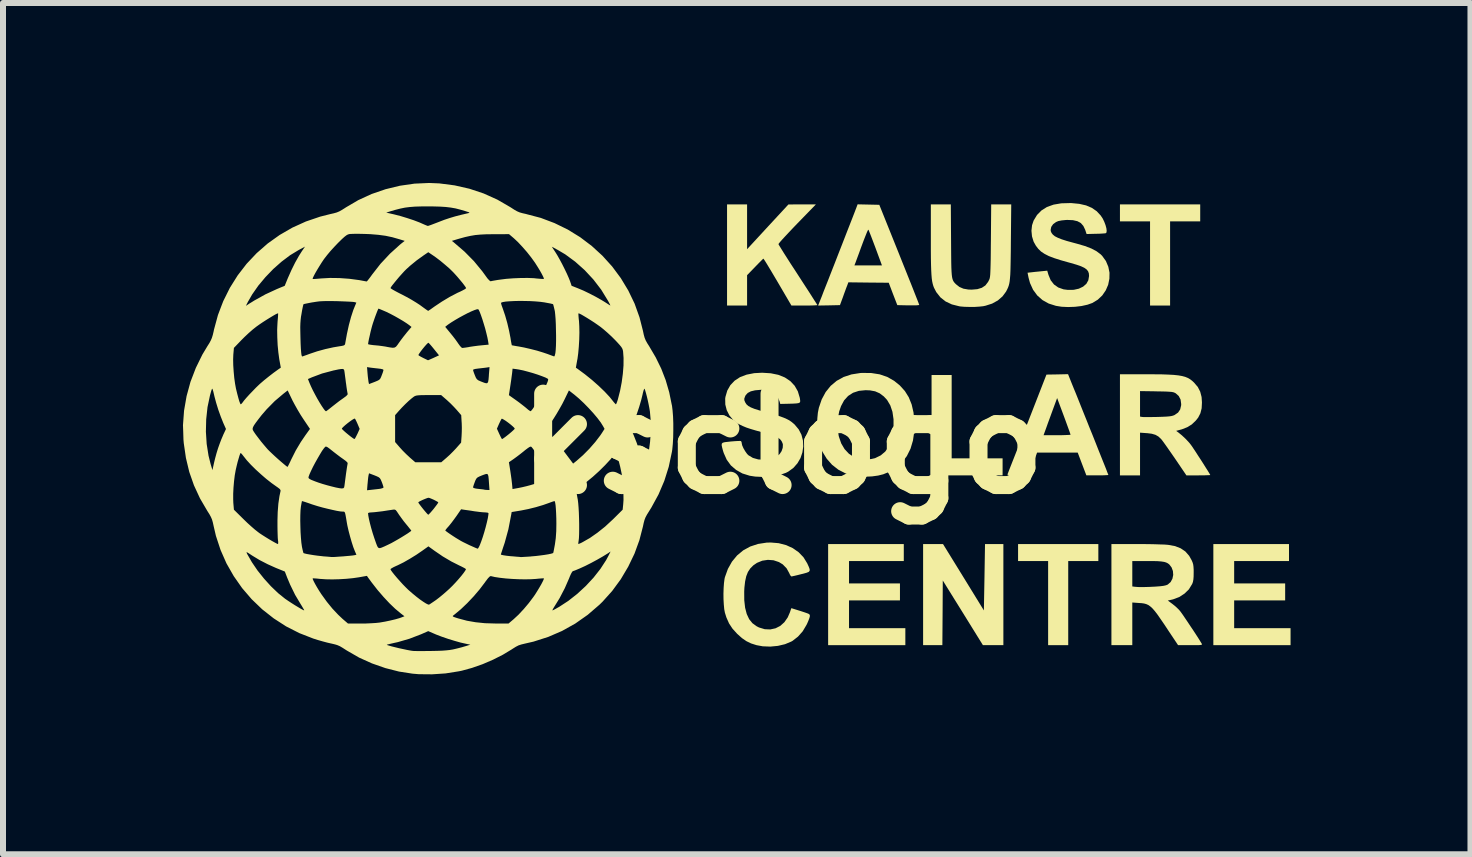
<source format=kicad_pcb>
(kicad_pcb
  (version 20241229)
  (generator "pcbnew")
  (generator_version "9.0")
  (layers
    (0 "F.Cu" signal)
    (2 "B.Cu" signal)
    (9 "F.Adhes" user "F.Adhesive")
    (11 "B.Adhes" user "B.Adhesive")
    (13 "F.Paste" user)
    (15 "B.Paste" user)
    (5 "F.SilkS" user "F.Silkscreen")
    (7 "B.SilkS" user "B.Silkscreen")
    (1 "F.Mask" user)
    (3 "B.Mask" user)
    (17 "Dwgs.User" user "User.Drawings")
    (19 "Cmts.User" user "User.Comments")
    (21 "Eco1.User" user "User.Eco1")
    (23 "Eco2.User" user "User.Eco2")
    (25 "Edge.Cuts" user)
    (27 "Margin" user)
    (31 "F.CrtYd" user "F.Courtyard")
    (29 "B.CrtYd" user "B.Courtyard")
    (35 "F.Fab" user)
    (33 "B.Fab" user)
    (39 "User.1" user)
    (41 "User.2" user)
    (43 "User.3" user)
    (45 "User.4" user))
  (footprint "ksclogo"
    (layer "F.Cu")
    (at 9.995 4.346)
    (property "Reference" "ksclogo" (at 0 0 0) (layer "F.SilkS") (effects (font (size 1.524 1.524) (thickness 0.3))))
    (attr through_hole)
    (fp_poly (pts (xy 2.818 0.244) (xy 3.667 0.244) (xy 3.667 0.528) (xy 2.483 0.528) (xy 2.483 -1.145) (xy 2.818 -1.145)) (stroke (width 0) (type solid)) (fill yes) (layer "F.SilkS"))
    (fp_poly (pts (xy 5.263 1.956) (xy 4.761 1.956) (xy 4.761 3.358) (xy 4.426 3.358) (xy 4.426 1.956) (xy 3.925 1.956) (xy 3.925 1.673) (xy 5.263 1.673)) (stroke (width 0) (type solid)) (fill yes) (layer "F.SilkS"))
    (fp_poly (pts (xy 6.961 -3.706) (xy 6.459 -3.706) (xy 6.459 -2.303) (xy 6.125 -2.303) (xy 6.125 -3.706) (xy 5.623 -3.706) (xy 5.623 -3.989) (xy 6.961 -3.989)) (stroke (width 0) (type solid)) (fill yes) (layer "F.SilkS"))
    (fp_poly (pts (xy 2.02 1.956) (xy 1.107 1.956) (xy 1.107 2.329) (xy 1.956 2.329) (xy 1.956 2.612) (xy 1.107 2.612) (xy 1.107 3.075) (xy 2.046 3.075) (xy 2.046 3.358) (xy 0.759 3.358) (xy 0.759 1.673) (xy 2.02 1.673)) (stroke (width 0) (type solid)) (fill yes) (layer "F.SilkS"))
    (fp_poly (pts (xy 8.441 1.956) (xy 7.527 1.956) (xy 7.527 2.329) (xy 8.377 2.329) (xy 8.377 2.612) (xy 7.527 2.612) (xy 7.527 3.075) (xy 8.467 3.075) (xy 8.467 3.358) (xy 7.18 3.358) (xy 7.18 1.673) (xy 8.441 1.673)) (stroke (width 0) (type solid)) (fill yes) (layer "F.SilkS"))
    (fp_poly (pts (xy 3.015 2.226) (xy 3.355 2.779) (xy 3.365 2.226) (xy 3.374 1.673) (xy 3.68 1.673) (xy 3.68 3.358) (xy 3.51 3.358) (xy 3.339 3.358) (xy 3.005 2.819) (xy 2.67 2.28) (xy 2.667 2.819) (xy 2.663 3.358) (xy 2.342 3.358) (xy 2.342 1.673) (xy 2.674 1.673)) (stroke (width 0) (type solid)) (fill yes) (layer "F.SilkS"))
    (fp_poly (pts (xy -0.592 -3.242) (xy -0.248 -3.615) (xy 0.097 -3.988) (xy 0.326 -3.989) (xy 0.555 -3.989) (xy 0.242 -3.667) (xy 0.169 -3.591) (xy 0.102 -3.52) (xy 0.044 -3.458) (xy -0.005 -3.405) (xy -0.041 -3.364) (xy -0.063 -3.337) (xy -0.069 -3.327) (xy -0.062 -3.313) (xy -0.042 -3.28) (xy -0.011 -3.23) (xy 0.03 -3.164) (xy 0.08 -3.086) (xy 0.136 -2.998) (xy 0.199 -2.902) (xy 0.256 -2.814) (xy 0.322 -2.712) (xy 0.383 -2.618) (xy 0.439 -2.532) (xy 0.487 -2.457) (xy 0.526 -2.395) (xy 0.556 -2.349) (xy 0.574 -2.32) (xy 0.579 -2.31) (xy 0.567 -2.308) (xy 0.533 -2.306) (xy 0.482 -2.304) (xy 0.418 -2.303) (xy 0.363 -2.303) (xy 0.147 -2.303) (xy -0.083 -2.696) (xy -0.137 -2.787) (xy -0.186 -2.87) (xy -0.23 -2.943) (xy -0.267 -3.004) (xy -0.295 -3.049) (xy -0.314 -3.077) (xy -0.321 -3.085) (xy -0.332 -3.075) (xy -0.357 -3.05) (xy -0.394 -3.013) (xy -0.439 -2.967) (xy -0.46 -2.945) (xy -0.592 -2.809) (xy -0.592 -2.303) (xy -0.926 -2.303) (xy -0.926 -3.989) (xy -0.592 -3.989)) (stroke (width 0) (type solid)) (fill yes) (layer "F.SilkS"))
    (fp_poly (pts (xy 4.824 -0.994) (xy 4.854 -0.92) (xy 4.89 -0.833) (xy 4.93 -0.733) (xy 4.973 -0.625) (xy 5.019 -0.51) (xy 5.067 -0.391) (xy 5.115 -0.27) (xy 5.164 -0.15) (xy 5.211 -0.032) (xy 5.255 0.08) (xy 5.297 0.185) (xy 5.335 0.28) (xy 5.368 0.362) (xy 5.395 0.43) (xy 5.414 0.481) (xy 5.427 0.512) (xy 5.43 0.521) (xy 5.418 0.523) (xy 5.385 0.525) (xy 5.335 0.527) (xy 5.273 0.527) (xy 5.247 0.527) (xy 5.063 0.527) (xy 4.991 0.338) (xy 4.919 0.148) (xy 4.242 0.148) (xy 4.193 0.283) (xy 4.17 0.344) (xy 4.149 0.403) (xy 4.131 0.45) (xy 4.123 0.473) (xy 4.103 0.528) (xy 3.922 0.528) (xy 3.848 0.527) (xy 3.796 0.525) (xy 3.765 0.522) (xy 3.75 0.517) (xy 3.748 0.511) (xy 3.754 0.497) (xy 3.768 0.461) (xy 3.79 0.404) (xy 3.819 0.33) (xy 3.855 0.239) (xy 3.896 0.135) (xy 3.941 0.018) (xy 3.991 -0.108) (xy 4.004 -0.142) (xy 4.35 -0.142) (xy 4.575 -0.142) (xy 4.648 -0.142) (xy 4.711 -0.144) (xy 4.76 -0.146) (xy 4.791 -0.148) (xy 4.8 -0.151) (xy 4.795 -0.165) (xy 4.783 -0.2) (xy 4.764 -0.253) (xy 4.74 -0.319) (xy 4.712 -0.396) (xy 4.688 -0.461) (xy 4.576 -0.761) (xy 4.513 -0.59) (xy 4.484 -0.511) (xy 4.453 -0.426) (xy 4.423 -0.345) (xy 4.4 -0.28) (xy 4.35 -0.142) (xy 4.004 -0.142) (xy 4.043 -0.243) (xy 4.077 -0.328) (xy 4.398 -1.152) (xy 4.578 -1.155) (xy 4.758 -1.159)) (stroke (width 0) (type solid)) (fill yes) (layer "F.SilkS"))
    (fp_poly (pts (xy 1.431 -3.986) (xy 1.612 -3.982) (xy 1.945 -3.153) (xy 2 -3.015) (xy 2.053 -2.883) (xy 2.102 -2.76) (xy 2.147 -2.648) (xy 2.186 -2.549) (xy 2.219 -2.465) (xy 2.246 -2.397) (xy 2.265 -2.348) (xy 2.275 -2.32) (xy 2.278 -2.313) (xy 2.265 -2.31) (xy 2.232 -2.307) (xy 2.182 -2.306) (xy 2.12 -2.306) (xy 2.095 -2.306) (xy 1.912 -2.31) (xy 1.84 -2.496) (xy 1.769 -2.683) (xy 1.432 -2.686) (xy 1.096 -2.69) (xy 1.076 -2.635) (xy 1.062 -2.6) (xy 1.043 -2.548) (xy 1.021 -2.488) (xy 1.006 -2.445) (xy 0.956 -2.31) (xy 0.774 -2.306) (xy 0.592 -2.303) (xy 0.619 -2.37) (xy 0.632 -2.404) (xy 0.654 -2.458) (xy 0.681 -2.53) (xy 0.715 -2.616) (xy 0.754 -2.714) (xy 0.796 -2.822) (xy 0.841 -2.937) (xy 0.855 -2.972) (xy 1.197 -2.972) (xy 1.656 -2.972) (xy 1.548 -3.265) (xy 1.517 -3.347) (xy 1.489 -3.421) (xy 1.465 -3.483) (xy 1.446 -3.531) (xy 1.434 -3.56) (xy 1.43 -3.568) (xy 1.422 -3.559) (xy 1.408 -3.53) (xy 1.389 -3.483) (xy 1.365 -3.423) (xy 1.338 -3.352) (xy 1.332 -3.336) (xy 1.303 -3.258) (xy 1.276 -3.183) (xy 1.252 -3.118) (xy 1.233 -3.067) (xy 1.221 -3.034) (xy 1.221 -3.033) (xy 1.197 -2.972) (xy 0.855 -2.972) (xy 0.888 -3.057) (xy 0.935 -3.178) (xy 0.982 -3.298) (xy 1.028 -3.416) (xy 1.071 -3.527) (xy 1.111 -3.629) (xy 1.147 -3.721) (xy 1.177 -3.798) (xy 1.201 -3.86) (xy 1.217 -3.902) (xy 1.225 -3.922) (xy 1.25 -3.99)) (stroke (width 0) (type solid)) (fill yes) (layer "F.SilkS"))
    (fp_poly (pts (xy 2.808 -3.387) (xy 2.809 -3.241) (xy 2.81 -3.119) (xy 2.811 -3.018) (xy 2.813 -2.935) (xy 2.816 -2.869) (xy 2.82 -2.816) (xy 2.825 -2.776) (xy 2.832 -2.745) (xy 2.841 -2.721) (xy 2.852 -2.701) (xy 2.865 -2.684) (xy 2.881 -2.667) (xy 2.89 -2.658) (xy 2.947 -2.613) (xy 3.014 -2.584) (xy 3.095 -2.57) (xy 3.152 -2.568) (xy 3.246 -2.576) (xy 3.321 -2.599) (xy 3.38 -2.638) (xy 3.425 -2.697) (xy 3.444 -2.734) (xy 3.45 -2.749) (xy 3.454 -2.766) (xy 3.458 -2.79) (xy 3.461 -2.821) (xy 3.463 -2.863) (xy 3.465 -2.918) (xy 3.467 -2.988) (xy 3.469 -3.076) (xy 3.47 -3.183) (xy 3.471 -3.313) (xy 3.472 -3.387) (xy 3.477 -3.989) (xy 3.811 -3.989) (xy 3.805 -3.368) (xy 3.804 -3.216) (xy 3.802 -3.087) (xy 3.8 -2.979) (xy 3.798 -2.89) (xy 3.795 -2.817) (xy 3.79 -2.757) (xy 3.785 -2.708) (xy 3.778 -2.668) (xy 3.769 -2.634) (xy 3.758 -2.604) (xy 3.745 -2.575) (xy 3.73 -2.546) (xy 3.725 -2.536) (xy 3.666 -2.456) (xy 3.588 -2.388) (xy 3.492 -2.335) (xy 3.382 -2.3) (xy 3.344 -2.292) (xy 3.28 -2.285) (xy 3.2 -2.28) (xy 3.114 -2.28) (xy 3.031 -2.282) (xy 2.961 -2.288) (xy 2.944 -2.291) (xy 2.821 -2.322) (xy 2.717 -2.371) (xy 2.631 -2.439) (xy 2.562 -2.526) (xy 2.524 -2.599) (xy 2.512 -2.63) (xy 2.502 -2.665) (xy 2.493 -2.707) (xy 2.486 -2.757) (xy 2.481 -2.819) (xy 2.477 -2.894) (xy 2.474 -2.985) (xy 2.472 -3.094) (xy 2.471 -3.224) (xy 2.471 -3.376) (xy 2.471 -3.424) (xy 2.471 -3.989) (xy 2.804 -3.989)) (stroke (width 0) (type solid)) (fill yes) (layer "F.SilkS"))
    (fp_poly (pts (xy 1.479 -1.178) (xy 1.619 -1.156) (xy 1.745 -1.113) (xy 1.859 -1.048) (xy 1.954 -0.971) (xy 2.038 -0.878) (xy 2.103 -0.774) (xy 2.151 -0.655) (xy 2.182 -0.521) (xy 2.196 -0.373) (xy 2.195 -0.206) (xy 2.173 -0.053) (xy 2.132 0.084) (xy 2.071 0.206) (xy 1.992 0.311) (xy 1.894 0.398) (xy 1.777 0.469) (xy 1.677 0.51) (xy 1.592 0.531) (xy 1.491 0.545) (xy 1.383 0.55) (xy 1.277 0.547) (xy 1.182 0.535) (xy 1.177 0.534) (xy 1.047 0.494) (xy 0.929 0.433) (xy 0.824 0.351) (xy 0.736 0.251) (xy 0.664 0.134) (xy 0.611 0.002) (xy 0.598 -0.045) (xy 0.584 -0.122) (xy 0.577 -0.216) (xy 0.575 -0.302) (xy 0.922 -0.302) (xy 0.925 -0.216) (xy 0.933 -0.142) (xy 0.939 -0.116) (xy 0.977 -0.005) (xy 1.033 0.09) (xy 1.105 0.167) (xy 1.192 0.224) (xy 1.283 0.257) (xy 1.339 0.264) (xy 1.408 0.263) (xy 1.479 0.255) (xy 1.541 0.241) (xy 1.543 0.24) (xy 1.635 0.195) (xy 1.711 0.131) (xy 1.771 0.047) (xy 1.814 -0.057) (xy 1.841 -0.18) (xy 1.849 -0.264) (xy 1.849 -0.407) (xy 1.831 -0.532) (xy 1.795 -0.639) (xy 1.741 -0.73) (xy 1.687 -0.788) (xy 1.618 -0.84) (xy 1.543 -0.873) (xy 1.457 -0.889) (xy 1.383 -0.892) (xy 1.271 -0.881) (xy 1.174 -0.849) (xy 1.092 -0.796) (xy 1.025 -0.722) (xy 0.974 -0.627) (xy 0.943 -0.537) (xy 0.931 -0.472) (xy 0.924 -0.39) (xy 0.922 -0.302) (xy 0.575 -0.302) (xy 0.575 -0.318) (xy 0.579 -0.422) (xy 0.588 -0.517) (xy 0.604 -0.597) (xy 0.604 -0.598) (xy 0.652 -0.739) (xy 0.718 -0.861) (xy 0.801 -0.964) (xy 0.901 -1.048) (xy 1.017 -1.112) (xy 1.148 -1.155) (xy 1.294 -1.178) (xy 1.325 -1.18)) (stroke (width 0) (type solid)) (fill yes) (layer "F.SilkS"))
    (fp_poly (pts (xy 5.896 1.673) (xy 6.004 1.673) (xy 6.108 1.674) (xy 6.206 1.676) (xy 6.292 1.679) (xy 6.363 1.681) (xy 6.414 1.685) (xy 6.427 1.686) (xy 6.542 1.707) (xy 6.636 1.744) (xy 6.714 1.797) (xy 6.777 1.869) (xy 6.818 1.942) (xy 6.834 1.979) (xy 6.844 2.013) (xy 6.849 2.051) (xy 6.852 2.103) (xy 6.852 2.149) (xy 6.851 2.216) (xy 6.847 2.265) (xy 6.84 2.303) (xy 6.828 2.336) (xy 6.824 2.343) (xy 6.772 2.428) (xy 6.699 2.499) (xy 6.611 2.556) (xy 6.51 2.594) (xy 6.485 2.6) (xy 6.421 2.614) (xy 6.496 2.67) (xy 6.544 2.708) (xy 6.591 2.752) (xy 6.622 2.785) (xy 6.64 2.809) (xy 6.67 2.851) (xy 6.708 2.907) (xy 6.752 2.972) (xy 6.799 3.043) (xy 6.847 3.114) (xy 6.892 3.183) (xy 6.932 3.245) (xy 6.964 3.297) (xy 6.986 3.333) (xy 6.988 3.336) (xy 6.991 3.344) (xy 6.987 3.35) (xy 6.973 3.354) (xy 6.945 3.357) (xy 6.9 3.358) (xy 6.833 3.358) (xy 6.796 3.358) (xy 6.592 3.358) (xy 6.44 3.13) (xy 6.366 3.018) (xy 6.303 2.926) (xy 6.251 2.851) (xy 6.206 2.792) (xy 6.167 2.747) (xy 6.131 2.714) (xy 6.098 2.69) (xy 6.063 2.674) (xy 6.027 2.664) (xy 5.986 2.658) (xy 5.939 2.655) (xy 5.829 2.647) (xy 5.829 3.358) (xy 5.481 3.358) (xy 5.481 1.956) (xy 5.829 1.956) (xy 5.829 2.379) (xy 5.864 2.384) (xy 5.924 2.389) (xy 6.008 2.39) (xy 6.114 2.387) (xy 6.217 2.382) (xy 6.294 2.376) (xy 6.35 2.369) (xy 6.39 2.36) (xy 6.418 2.349) (xy 6.421 2.347) (xy 6.468 2.306) (xy 6.498 2.25) (xy 6.511 2.187) (xy 6.506 2.122) (xy 6.483 2.061) (xy 6.445 2.012) (xy 6.421 1.994) (xy 6.393 1.98) (xy 6.359 1.97) (xy 6.313 1.963) (xy 6.252 1.958) (xy 6.173 1.956) (xy 6.078 1.956) (xy 5.829 1.956) (xy 5.481 1.956) (xy 5.481 1.673)) (stroke (width 0) (type solid)) (fill yes) (layer "F.SilkS"))
    (fp_poly (pts (xy 6.032 -1.158) (xy 6.186 -1.157) (xy 6.317 -1.156) (xy 6.427 -1.152) (xy 6.52 -1.147) (xy 6.596 -1.139) (xy 6.659 -1.128) (xy 6.711 -1.114) (xy 6.755 -1.096) (xy 6.793 -1.074) (xy 6.828 -1.047) (xy 6.859 -1.018) (xy 6.921 -0.945) (xy 6.961 -0.867) (xy 6.984 -0.778) (xy 6.99 -0.688) (xy 6.985 -0.59) (xy 6.964 -0.507) (xy 6.927 -0.435) (xy 6.888 -0.386) (xy 6.82 -0.321) (xy 6.745 -0.275) (xy 6.656 -0.24) (xy 6.641 -0.236) (xy 6.56 -0.214) (xy 6.596 -0.188) (xy 6.657 -0.138) (xy 6.722 -0.077) (xy 6.78 -0.014) (xy 6.806 0.019) (xy 6.826 0.047) (xy 6.854 0.089) (xy 6.89 0.143) (xy 6.929 0.204) (xy 6.971 0.268) (xy 7.012 0.332) (xy 7.05 0.393) (xy 7.084 0.446) (xy 7.109 0.487) (xy 7.125 0.514) (xy 7.128 0.522) (xy 7.116 0.524) (xy 7.083 0.525) (xy 7.032 0.527) (xy 6.969 0.527) (xy 6.93 0.528) (xy 6.731 0.528) (xy 6.541 0.248) (xy 6.487 0.17) (xy 6.436 0.097) (xy 6.39 0.031) (xy 6.352 -0.022) (xy 6.323 -0.061) (xy 6.308 -0.079) (xy 6.264 -0.12) (xy 6.215 -0.148) (xy 6.154 -0.166) (xy 6.075 -0.176) (xy 6.067 -0.176) (xy 5.958 -0.184) (xy 5.958 0.528) (xy 5.623 0.528) (xy 5.623 -0.452) (xy 5.958 -0.452) (xy 5.993 -0.446) (xy 6.017 -0.444) (xy 6.062 -0.444) (xy 6.123 -0.444) (xy 6.194 -0.445) (xy 6.253 -0.446) (xy 6.338 -0.449) (xy 6.401 -0.452) (xy 6.447 -0.456) (xy 6.481 -0.461) (xy 6.508 -0.468) (xy 6.533 -0.478) (xy 6.536 -0.48) (xy 6.592 -0.519) (xy 6.627 -0.571) (xy 6.643 -0.639) (xy 6.644 -0.661) (xy 6.634 -0.735) (xy 6.603 -0.795) (xy 6.552 -0.841) (xy 6.549 -0.842) (xy 6.532 -0.851) (xy 6.512 -0.858) (xy 6.486 -0.863) (xy 6.45 -0.866) (xy 6.4 -0.869) (xy 6.332 -0.871) (xy 6.243 -0.872) (xy 6.231 -0.873) (xy 5.958 -0.877) (xy 5.958 -0.452) (xy 5.623 -0.452) (xy 5.623 -1.158)) (stroke (width 0) (type solid)) (fill yes) (layer "F.SilkS"))
    (fp_poly (pts (xy -0.066 1.658) (xy 0.058 1.69) (xy 0.17 1.741) (xy 0.267 1.809) (xy 0.348 1.893) (xy 0.409 1.992) (xy 0.412 1.998) (xy 0.437 2.053) (xy 0.451 2.091) (xy 0.451 2.118) (xy 0.435 2.137) (xy 0.4 2.151) (xy 0.343 2.167) (xy 0.309 2.175) (xy 0.25 2.19) (xy 0.199 2.202) (xy 0.163 2.21) (xy 0.147 2.213) (xy 0.134 2.202) (xy 0.118 2.175) (xy 0.111 2.158) (xy 0.067 2.078) (xy 0.003 2.012) (xy -0.061 1.973) (xy -0.151 1.943) (xy -0.245 1.936) (xy -0.339 1.95) (xy -0.427 1.986) (xy -0.487 2.027) (xy -0.538 2.078) (xy -0.578 2.138) (xy -0.606 2.209) (xy -0.625 2.296) (xy -0.637 2.402) (xy -0.64 2.464) (xy -0.639 2.61) (xy -0.625 2.734) (xy -0.598 2.838) (xy -0.558 2.924) (xy -0.503 2.992) (xy -0.433 3.043) (xy -0.394 3.063) (xy -0.298 3.092) (xy -0.206 3.096) (xy -0.118 3.077) (xy -0.039 3.037) (xy 0.03 2.975) (xy 0.086 2.894) (xy 0.123 2.808) (xy 0.135 2.771) (xy 0.144 2.747) (xy 0.146 2.741) (xy 0.158 2.745) (xy 0.19 2.755) (xy 0.238 2.77) (xy 0.295 2.788) (xy 0.302 2.79) (xy 0.366 2.811) (xy 0.409 2.826) (xy 0.436 2.837) (xy 0.449 2.848) (xy 0.454 2.86) (xy 0.454 2.875) (xy 0.454 2.877) (xy 0.447 2.905) (xy 0.431 2.948) (xy 0.409 2.999) (xy 0.398 3.021) (xy 0.335 3.127) (xy 0.257 3.215) (xy 0.169 3.284) (xy 0.145 3.298) (xy 0.04 3.342) (xy -0.079 3.37) (xy -0.205 3.382) (xy -0.331 3.377) (xy -0.435 3.358) (xy -0.526 3.329) (xy -0.604 3.291) (xy -0.678 3.24) (xy -0.755 3.171) (xy -0.76 3.166) (xy -0.836 3.082) (xy -0.893 2.995) (xy -0.937 2.896) (xy -0.962 2.816) (xy -0.973 2.758) (xy -0.98 2.681) (xy -0.985 2.593) (xy -0.986 2.499) (xy -0.983 2.406) (xy -0.977 2.322) (xy -0.968 2.253) (xy -0.962 2.226) (xy -0.912 2.087) (xy -0.844 1.966) (xy -0.759 1.863) (xy -0.657 1.778) (xy -0.54 1.714) (xy -0.41 1.671) (xy -0.267 1.649) (xy -0.198 1.647)) (stroke (width 0) (type solid)) (fill yes) (layer "F.SilkS"))
    (fp_poly (pts (xy 4.812 -4.011) (xy 4.946 -3.998) (xy 5.059 -3.972) (xy 5.155 -3.931) (xy 5.236 -3.875) (xy 5.304 -3.802) (xy 5.304 -3.801) (xy 5.336 -3.753) (xy 5.362 -3.699) (xy 5.383 -3.643) (xy 5.397 -3.591) (xy 5.402 -3.548) (xy 5.397 -3.518) (xy 5.388 -3.509) (xy 5.368 -3.506) (xy 5.328 -3.503) (xy 5.275 -3.5) (xy 5.218 -3.499) (xy 5.067 -3.495) (xy 5.044 -3.565) (xy 5.013 -3.63) (xy 4.971 -3.678) (xy 4.914 -3.709) (xy 4.84 -3.726) (xy 4.746 -3.73) (xy 4.722 -3.729) (xy 4.651 -3.722) (xy 4.596 -3.711) (xy 4.558 -3.695) (xy 4.509 -3.659) (xy 4.478 -3.614) (xy 4.468 -3.565) (xy 4.47 -3.544) (xy 4.483 -3.513) (xy 4.505 -3.485) (xy 4.538 -3.458) (xy 4.587 -3.433) (xy 4.652 -3.407) (xy 4.736 -3.38) (xy 4.842 -3.351) (xy 4.909 -3.333) (xy 5.039 -3.295) (xy 5.146 -3.254) (xy 5.233 -3.208) (xy 5.301 -3.157) (xy 5.327 -3.131) (xy 5.389 -3.045) (xy 5.429 -2.95) (xy 5.449 -2.851) (xy 5.447 -2.75) (xy 5.427 -2.65) (xy 5.387 -2.557) (xy 5.329 -2.472) (xy 5.254 -2.401) (xy 5.164 -2.346) (xy 5.082 -2.317) (xy 4.983 -2.295) (xy 4.873 -2.282) (xy 4.759 -2.278) (xy 4.65 -2.283) (xy 4.556 -2.298) (xy 4.436 -2.336) (xy 4.332 -2.394) (xy 4.245 -2.471) (xy 4.175 -2.566) (xy 4.124 -2.678) (xy 4.1 -2.766) (xy 4.083 -2.85) (xy 4.155 -2.858) (xy 4.207 -2.864) (xy 4.27 -2.87) (xy 4.319 -2.875) (xy 4.411 -2.884) (xy 4.432 -2.813) (xy 4.469 -2.724) (xy 4.524 -2.654) (xy 4.595 -2.604) (xy 4.683 -2.573) (xy 4.753 -2.564) (xy 4.852 -2.565) (xy 4.938 -2.584) (xy 5.009 -2.618) (xy 5.063 -2.665) (xy 5.096 -2.724) (xy 5.108 -2.795) (xy 5.108 -2.796) (xy 5.105 -2.838) (xy 5.092 -2.874) (xy 5.068 -2.904) (xy 5.029 -2.932) (xy 4.974 -2.958) (xy 4.899 -2.984) (xy 4.803 -3.012) (xy 4.766 -3.022) (xy 4.635 -3.059) (xy 4.526 -3.094) (xy 4.437 -3.128) (xy 4.365 -3.165) (xy 4.307 -3.204) (xy 4.261 -3.249) (xy 4.222 -3.3) (xy 4.189 -3.359) (xy 4.183 -3.371) (xy 4.157 -3.456) (xy 4.148 -3.55) (xy 4.158 -3.642) (xy 4.184 -3.719) (xy 4.241 -3.813) (xy 4.315 -3.888) (xy 4.407 -3.946) (xy 4.517 -3.985) (xy 4.645 -4.007) (xy 4.791 -4.011)) (stroke (width 0) (type solid)) (fill yes) (layer "F.SilkS"))
    (fp_poly (pts (xy -0.198 -1.174) (xy -0.071 -1.148) (xy 0.038 -1.104) (xy 0.129 -1.043) (xy 0.201 -0.966) (xy 0.254 -0.873) (xy 0.286 -0.766) (xy 0.29 -0.743) (xy 0.293 -0.716) (xy 0.292 -0.697) (xy 0.283 -0.684) (xy 0.262 -0.676) (xy 0.225 -0.671) (xy 0.17 -0.668) (xy 0.099 -0.666) (xy -0.039 -0.663) (xy -0.052 -0.709) (xy -0.084 -0.783) (xy -0.135 -0.842) (xy -0.18 -0.873) (xy -0.21 -0.887) (xy -0.239 -0.895) (xy -0.274 -0.899) (xy -0.323 -0.899) (xy -0.367 -0.898) (xy -0.459 -0.89) (xy -0.53 -0.873) (xy -0.581 -0.846) (xy -0.616 -0.808) (xy -0.628 -0.782) (xy -0.639 -0.749) (xy -0.637 -0.722) (xy -0.623 -0.689) (xy -0.622 -0.687) (xy -0.602 -0.656) (xy -0.572 -0.629) (xy -0.529 -0.605) (xy -0.47 -0.581) (xy -0.39 -0.556) (xy -0.335 -0.54) (xy -0.217 -0.508) (xy -0.12 -0.48) (xy -0.042 -0.456) (xy 0.02 -0.433) (xy 0.07 -0.411) (xy 0.112 -0.389) (xy 0.148 -0.364) (xy 0.182 -0.336) (xy 0.201 -0.319) (xy 0.268 -0.239) (xy 0.314 -0.15) (xy 0.339 -0.053) (xy 0.344 0.046) (xy 0.33 0.145) (xy 0.298 0.24) (xy 0.247 0.327) (xy 0.18 0.403) (xy 0.095 0.465) (xy 0.056 0.485) (xy -0.026 0.514) (xy -0.126 0.535) (xy -0.235 0.548) (xy -0.348 0.553) (xy -0.457 0.548) (xy -0.548 0.534) (xy -0.67 0.496) (xy -0.774 0.438) (xy -0.862 0.362) (xy -0.931 0.268) (xy -0.981 0.156) (xy -0.993 0.119) (xy -1.008 0.063) (xy -1.016 0.024) (xy -1.013 -0.002) (xy -0.996 -0.017) (xy -0.961 -0.026) (xy -0.906 -0.032) (xy -0.861 -0.037) (xy -0.8 -0.042) (xy -0.748 -0.045) (xy -0.711 -0.046) (xy -0.694 -0.044) (xy -0.694 -0.044) (xy -0.684 -0.027) (xy -0.682 -0.011) (xy -0.674 0.027) (xy -0.653 0.075) (xy -0.624 0.125) (xy -0.592 0.17) (xy -0.569 0.193) (xy -0.495 0.237) (xy -0.406 0.262) (xy -0.301 0.268) (xy -0.283 0.267) (xy -0.192 0.253) (xy -0.119 0.226) (xy -0.06 0.182) (xy -0.049 0.172) (xy -0.017 0.124) (xy 0.002 0.069) (xy 0.005 0.015) (xy -0.001 -0.008) (xy -0.017 -0.043) (xy -0.04 -0.072) (xy -0.073 -0.098) (xy -0.118 -0.121) (xy -0.18 -0.145) (xy -0.261 -0.169) (xy -0.345 -0.192) (xy -0.45 -0.221) (xy -0.534 -0.246) (xy -0.603 -0.269) (xy -0.661 -0.293) (xy -0.713 -0.318) (xy -0.742 -0.334) (xy -0.822 -0.394) (xy -0.886 -0.47) (xy -0.931 -0.558) (xy -0.955 -0.653) (xy -0.957 -0.751) (xy -0.953 -0.78) (xy -0.922 -0.886) (xy -0.87 -0.977) (xy -0.799 -1.051) (xy -0.709 -1.11) (xy -0.6 -1.151) (xy -0.473 -1.176) (xy -0.341 -1.183)) (stroke (width 0) (type solid)) (fill yes) (layer "F.SilkS"))
    (fp_poly (pts (xy -5.722 -4.339) (xy -5.467 -4.306) (xy -5.22 -4.25) (xy -4.983 -4.171) (xy -4.756 -4.069) (xy -4.542 -3.945) (xy -4.529 -3.937) (xy -4.472 -3.9) (xy -4.426 -3.874) (xy -4.384 -3.856) (xy -4.335 -3.842) (xy -4.272 -3.828) (xy -4.271 -3.827) (xy -4.031 -3.764) (xy -3.801 -3.677) (xy -3.582 -3.57) (xy -3.374 -3.442) (xy -3.181 -3.296) (xy -3.003 -3.133) (xy -2.841 -2.954) (xy -2.697 -2.76) (xy -2.572 -2.553) (xy -2.467 -2.335) (xy -2.385 -2.106) (xy -2.328 -1.882) (xy -2.314 -1.816) (xy -2.3 -1.766) (xy -2.282 -1.722) (xy -2.256 -1.675) (xy -2.226 -1.628) (xy -2.115 -1.439) (xy -2.023 -1.251) (xy -1.949 -1.06) (xy -1.89 -0.857) (xy -1.845 -0.637) (xy -1.844 -0.636) (xy -1.834 -0.554) (xy -1.826 -0.453) (xy -1.822 -0.34) (xy -1.822 -0.222) (xy -1.824 -0.105) (xy -1.83 0.003) (xy -1.839 0.096) (xy -1.845 0.135) (xy -1.898 0.385) (xy -1.972 0.62) (xy -2.068 0.845) (xy -2.187 1.063) (xy -2.226 1.126) (xy -2.261 1.182) (xy -2.285 1.227) (xy -2.302 1.271) (xy -2.316 1.323) (xy -2.328 1.38) (xy -2.387 1.608) (xy -2.469 1.833) (xy -2.574 2.051) (xy -2.698 2.26) (xy -2.841 2.455) (xy -3.001 2.633) (xy -3.053 2.684) (xy -3.248 2.852) (xy -3.456 2.998) (xy -3.676 3.121) (xy -3.908 3.221) (xy -4.152 3.299) (xy -4.295 3.332) (xy -4.353 3.346) (xy -4.4 3.361) (xy -4.445 3.384) (xy -4.498 3.417) (xy -4.516 3.429) (xy -4.662 3.517) (xy -4.826 3.6) (xy -5 3.675) (xy -5.177 3.737) (xy -5.348 3.784) (xy -5.398 3.794) (xy -5.618 3.829) (xy -5.843 3.844) (xy -6.064 3.842) (xy -6.17 3.833) (xy -6.395 3.798) (xy -6.622 3.74) (xy -6.845 3.662) (xy -7.058 3.566) (xy -7.256 3.452) (xy -7.274 3.441) (xy -7.333 3.403) (xy -7.379 3.376) (xy -7.42 3.358) (xy -7.442 3.351) (xy -6.598 3.351) (xy -6.589 3.357) (xy -6.56 3.366) (xy -6.515 3.379) (xy -6.458 3.393) (xy -6.393 3.409) (xy -6.327 3.423) (xy -6.262 3.437) (xy -6.203 3.448) (xy -6.17 3.453) (xy -6.146 3.455) (xy -6.1 3.456) (xy -6.038 3.456) (xy -5.963 3.456) (xy -5.881 3.455) (xy -5.861 3.455) (xy -5.758 3.453) (xy -5.676 3.45) (xy -5.609 3.445) (xy -5.553 3.439) (xy -5.503 3.431) (xy -5.475 3.425) (xy -5.412 3.41) (xy -5.347 3.393) (xy -5.293 3.377) (xy -5.282 3.374) (xy -5.205 3.35) (xy -5.282 3.334) (xy -5.37 3.314) (xy -5.472 3.285) (xy -5.579 3.252) (xy -5.681 3.217) (xy -5.77 3.183) (xy -5.782 3.178) (xy -5.907 3.124) (xy -6.025 3.176) (xy -6.22 3.251) (xy -6.413 3.307) (xy -6.472 3.32) (xy -6.524 3.332) (xy -6.566 3.342) (xy -6.592 3.349) (xy -6.598 3.351) (xy -7.442 3.351) (xy -7.463 3.345) (xy -7.517 3.332) (xy -7.527 3.33) (xy -7.588 3.316) (xy -7.663 3.296) (xy -7.744 3.273) (xy -7.82 3.249) (xy -7.823 3.248) (xy -8.056 3.157) (xy -8.276 3.045) (xy -8.482 2.912) (xy -8.674 2.761) (xy -8.85 2.592) (xy -9.009 2.407) (xy -9.149 2.207) (xy -9.27 1.995) (xy -9.352 1.809) (xy -8.936 1.809) (xy -8.933 1.82) (xy -8.923 1.842) (xy -8.846 1.976) (xy -8.752 2.114) (xy -8.644 2.249) (xy -8.528 2.377) (xy -8.409 2.491) (xy -8.291 2.586) (xy -8.283 2.591) (xy -8.238 2.622) (xy -8.186 2.656) (xy -8.131 2.691) (xy -8.078 2.723) (xy -8.031 2.751) (xy -7.996 2.77) (xy -7.976 2.779) (xy -7.975 2.779) (xy -7.977 2.769) (xy -7.992 2.743) (xy -8.015 2.704) (xy -8.034 2.673) (xy -8.126 2.519) (xy -8.208 2.351) (xy -8.253 2.244) (xy -7.833 2.244) (xy -7.831 2.259) (xy -7.817 2.291) (xy -7.794 2.335) (xy -7.764 2.388) (xy -7.729 2.446) (xy -7.692 2.503) (xy -7.683 2.516) (xy -7.597 2.635) (xy -7.504 2.749) (xy -7.408 2.851) (xy -7.335 2.92) (xy -7.244 2.998) (xy -7.035 2.998) (xy -6.948 2.997) (xy -6.86 2.993) (xy -6.779 2.988) (xy -6.714 2.981) (xy -6.704 2.979) (xy -6.623 2.965) (xy -6.538 2.947) (xy -6.458 2.928) (xy -6.388 2.908) (xy -6.341 2.891) (xy -6.303 2.876) (xy -6.31 2.871) (xy -5.498 2.871) (xy -5.496 2.879) (xy -5.48 2.888) (xy -5.445 2.9) (xy -5.404 2.913) (xy -5.261 2.951) (xy -5.117 2.976) (xy -4.962 2.992) (xy -4.791 2.997) (xy -4.791 2.997) (xy -4.569 2.998) (xy -4.484 2.926) (xy -4.402 2.85) (xy -4.336 2.779) (xy -3.837 2.779) (xy -3.822 2.773) (xy -3.791 2.757) (xy -3.749 2.733) (xy -3.725 2.72) (xy -3.572 2.62) (xy -3.423 2.503) (xy -3.281 2.372) (xy -3.151 2.232) (xy -3.037 2.087) (xy -2.942 1.941) (xy -2.906 1.874) (xy -2.867 1.797) (xy -2.91 1.826) (xy -2.996 1.879) (xy -3.092 1.934) (xy -3.192 1.988) (xy -3.291 2.038) (xy -3.383 2.08) (xy -3.462 2.113) (xy -3.498 2.125) (xy -3.51 2.139) (xy -3.528 2.171) (xy -3.548 2.216) (xy -3.557 2.24) (xy -3.631 2.409) (xy -3.717 2.574) (xy -3.778 2.673) (xy -3.806 2.718) (xy -3.827 2.753) (xy -3.837 2.775) (xy -3.837 2.779) (xy -4.336 2.779) (xy -4.316 2.758) (xy -4.231 2.657) (xy -4.155 2.556) (xy -4.127 2.516) (xy -4.09 2.457) (xy -4.055 2.399) (xy -4.023 2.344) (xy -3.999 2.298) (xy -3.983 2.263) (xy -3.978 2.246) (xy -3.979 2.245) (xy -3.993 2.244) (xy -4.027 2.246) (xy -4.075 2.25) (xy -4.112 2.254) (xy -4.195 2.259) (xy -4.293 2.261) (xy -4.399 2.259) (xy -4.508 2.254) (xy -4.615 2.246) (xy -4.713 2.235) (xy -4.798 2.222) (xy -4.862 2.207) (xy -4.864 2.206) (xy -4.881 2.213) (xy -4.91 2.242) (xy -4.949 2.293) (xy -4.963 2.313) (xy -5.051 2.429) (xy -5.151 2.546) (xy -5.257 2.658) (xy -5.363 2.759) (xy -5.465 2.844) (xy -5.488 2.862) (xy -5.498 2.871) (xy -6.31 2.871) (xy -6.371 2.824) (xy -6.458 2.751) (xy -6.553 2.66) (xy -6.652 2.554) (xy -6.752 2.438) (xy -6.848 2.315) (xy -6.91 2.231) (xy -6.929 2.203) (xy -7.064 2.227) (xy -7.161 2.241) (xy -7.272 2.252) (xy -7.39 2.259) (xy -7.505 2.262) (xy -7.612 2.26) (xy -7.701 2.254) (xy -7.707 2.254) (xy -7.76 2.248) (xy -7.802 2.245) (xy -7.828 2.244) (xy -7.833 2.244) (xy -8.253 2.244) (xy -8.255 2.24) (xy -8.297 2.131) (xy -8.393 2.092) (xy -6.536 2.092) (xy -6.528 2.11) (xy -6.505 2.142) (xy -6.47 2.186) (xy -6.427 2.237) (xy -6.379 2.291) (xy -6.33 2.345) (xy -6.281 2.395) (xy -6.238 2.437) (xy -6.231 2.443) (xy -6.169 2.497) (xy -6.106 2.549) (xy -6.045 2.596) (xy -5.989 2.635) (xy -5.943 2.664) (xy -5.91 2.68) (xy -5.894 2.683) (xy -5.876 2.672) (xy -5.843 2.65) (xy -5.8 2.621) (xy -5.773 2.602) (xy -5.721 2.562) (xy -5.659 2.511) (xy -5.596 2.456) (xy -5.553 2.417) (xy -5.502 2.367) (xy -5.45 2.312) (xy -5.4 2.256) (xy -5.355 2.203) (xy -5.318 2.156) (xy -5.292 2.119) (xy -5.279 2.096) (xy -5.279 2.091) (xy -5.291 2.08) (xy -5.322 2.063) (xy -5.365 2.041) (xy -5.385 2.032) (xy -5.522 1.963) (xy -5.666 1.878) (xy -5.711 1.847) (xy -4.697 1.847) (xy -4.684 1.853) (xy -4.651 1.86) (xy -4.599 1.868) (xy -4.534 1.875) (xy -4.491 1.878) (xy -4.438 1.883) (xy -4.395 1.886) (xy -4.368 1.889) (xy -4.362 1.89) (xy -4.347 1.889) (xy -4.312 1.887) (xy -4.261 1.884) (xy -4.2 1.88) (xy -4.185 1.878) (xy -4.114 1.872) (xy -4.04 1.863) (xy -3.971 1.854) (xy -3.909 1.844) (xy -3.861 1.834) (xy -3.831 1.825) (xy -3.824 1.821) (xy -3.82 1.807) (xy -3.813 1.773) (xy -3.804 1.725) (xy -3.795 1.677) (xy -3.781 1.574) (xy -3.773 1.459) (xy -3.771 1.332) (xy -3.772 1.245) (xy -3.775 1.163) (xy -3.779 1.089) (xy -3.784 1.027) (xy -3.791 0.983) (xy -3.798 0.959) (xy -3.799 0.957) (xy -3.813 0.959) (xy -3.844 0.969) (xy -3.885 0.984) (xy -3.887 0.985) (xy -3.992 1.022) (xy -4.113 1.058) (xy -4.238 1.089) (xy -4.358 1.113) (xy -4.376 1.116) (xy -4.516 1.139) (xy -4.524 1.184) (xy -4.571 1.427) (xy -4.632 1.65) (xy -4.639 1.671) (xy -4.66 1.733) (xy -4.677 1.786) (xy -4.69 1.825) (xy -4.696 1.845) (xy -4.697 1.847) (xy -5.711 1.847) (xy -5.799 1.787) (xy -5.904 1.711) (xy -6.005 1.783) (xy -6.106 1.852) (xy -6.213 1.918) (xy -6.318 1.978) (xy -6.415 2.026) (xy -6.438 2.036) (xy -6.483 2.057) (xy -6.517 2.076) (xy -6.535 2.089) (xy -6.536 2.092) (xy -8.393 2.092) (xy -8.445 2.071) (xy -8.581 2.01) (xy -8.717 1.94) (xy -8.841 1.865) (xy -8.859 1.853) (xy -8.902 1.825) (xy -8.927 1.81) (xy -8.936 1.809) (xy -9.352 1.809) (xy -9.369 1.77) (xy -9.446 1.536) (xy -9.483 1.377) (xy -9.497 1.313) (xy -9.511 1.264) (xy -9.529 1.222) (xy -9.554 1.176) (xy -9.589 1.121) (xy -9.703 0.926) (xy -9.158 0.926) (xy -9.156 0.984) (xy -9.146 1.1) (xy -8.983 1.261) (xy -8.922 1.32) (xy -8.858 1.378) (xy -8.797 1.431) (xy -8.745 1.472) (xy -8.72 1.491) (xy -8.67 1.524) (xy -8.613 1.56) (xy -8.556 1.595) (xy -8.503 1.626) (xy -8.458 1.651) (xy -8.425 1.668) (xy -8.412 1.673) (xy -8.408 1.661) (xy -8.408 1.632) (xy -8.412 1.605) (xy -8.415 1.57) (xy -8.417 1.515) (xy -8.419 1.446) (xy -8.42 1.368) (xy -8.42 1.3) (xy -8.42 1.279) (xy -8.04 1.279) (xy -8.038 1.376) (xy -8.035 1.474) (xy -8.029 1.567) (xy -8.022 1.648) (xy -8.013 1.711) (xy -8.011 1.723) (xy -8.001 1.769) (xy -7.992 1.804) (xy -7.987 1.822) (xy -7.986 1.823) (xy -7.969 1.829) (xy -7.932 1.838) (xy -7.881 1.847) (xy -7.82 1.857) (xy -7.756 1.866) (xy -7.693 1.873) (xy -7.65 1.878) (xy -7.594 1.882) (xy -7.548 1.886) (xy -7.517 1.889) (xy -7.508 1.889) (xy -7.491 1.889) (xy -7.454 1.887) (xy -7.401 1.883) (xy -7.339 1.879) (xy -7.334 1.879) (xy -7.269 1.873) (xy -7.211 1.868) (xy -7.165 1.863) (xy -7.139 1.859) (xy -7.139 1.859) (xy -7.104 1.851) (xy -7.13 1.791) (xy -7.156 1.724) (xy -7.183 1.64) (xy -7.21 1.546) (xy -7.235 1.451) (xy -7.255 1.363) (xy -7.263 1.319) (xy -7.275 1.247) (xy -7.284 1.196) (xy -7.291 1.163) (xy -7.293 1.159) (xy -6.91 1.159) (xy -6.906 1.198) (xy -6.895 1.256) (xy -6.878 1.328) (xy -6.857 1.408) (xy -6.833 1.49) (xy -6.807 1.57) (xy -6.782 1.642) (xy -6.779 1.651) (xy -6.763 1.693) (xy -6.75 1.721) (xy -6.735 1.737) (xy -6.714 1.741) (xy -6.684 1.732) (xy -6.639 1.713) (xy -6.575 1.683) (xy -6.565 1.678) (xy -6.522 1.657) (xy -6.47 1.628) (xy -6.412 1.595) (xy -6.353 1.56) (xy -6.298 1.526) (xy -6.249 1.495) (xy -6.213 1.47) (xy -6.192 1.454) (xy -6.189 1.45) (xy -6.192 1.446) (xy -5.623 1.446) (xy -5.613 1.456) (xy -5.585 1.477) (xy -5.545 1.505) (xy -5.497 1.537) (xy -5.446 1.57) (xy -5.396 1.6) (xy -5.363 1.62) (xy -5.325 1.64) (xy -5.276 1.664) (xy -5.223 1.69) (xy -5.171 1.713) (xy -5.126 1.733) (xy -5.094 1.746) (xy -5.081 1.75) (xy -5.072 1.739) (xy -5.057 1.712) (xy -5.046 1.688) (xy -5.023 1.628) (xy -4.998 1.556) (xy -4.973 1.475) (xy -4.95 1.393) (xy -4.93 1.314) (xy -4.914 1.244) (xy -4.905 1.188) (xy -4.902 1.159) (xy -4.914 1.15) (xy -4.944 1.146) (xy -4.957 1.145) (xy -4.995 1.143) (xy -5.048 1.138) (xy -5.109 1.13) (xy -5.134 1.127) (xy -5.194 1.117) (xy -5.251 1.109) (xy -5.295 1.103) (xy -5.308 1.101) (xy -5.359 1.093) (xy -5.436 1.205) (xy -5.476 1.26) (xy -5.517 1.315) (xy -5.553 1.36) (xy -5.568 1.378) (xy -5.597 1.41) (xy -5.616 1.435) (xy -5.623 1.446) (xy -6.192 1.446) (xy -6.197 1.438) (xy -6.218 1.412) (xy -6.248 1.374) (xy -6.273 1.344) (xy -6.316 1.291) (xy -6.358 1.234) (xy -6.394 1.184) (xy -6.405 1.167) (xy -6.431 1.128) (xy -6.449 1.106) (xy -6.466 1.098) (xy -6.487 1.098) (xy -6.498 1.1) (xy -6.586 1.113) (xy -6.67 1.126) (xy -6.746 1.135) (xy -6.808 1.142) (xy -6.851 1.145) (xy -6.855 1.145) (xy -6.888 1.148) (xy -6.908 1.155) (xy -6.91 1.159) (xy -7.293 1.159) (xy -7.298 1.144) (xy -7.306 1.135) (xy -7.316 1.132) (xy -7.33 1.132) (xy -7.371 1.129) (xy -7.431 1.119) (xy -7.504 1.103) (xy -7.586 1.084) (xy -7.671 1.063) (xy -7.753 1.04) (xy -7.826 1.017) (xy -7.848 1.01) (xy -7.907 0.989) (xy -7.946 0.976) (xy -6.073 0.976) (xy -6.066 0.991) (xy -6.046 1.019) (xy -6.018 1.056) (xy -5.986 1.096) (xy -5.955 1.133) (xy -5.928 1.164) (xy -5.911 1.181) (xy -5.906 1.184) (xy -5.894 1.174) (xy -5.87 1.149) (xy -5.838 1.112) (xy -5.817 1.087) (xy -5.784 1.044) (xy -5.757 1.008) (xy -5.742 0.985) (xy -5.739 0.979) (xy -5.75 0.969) (xy -5.777 0.954) (xy -5.813 0.935) (xy -5.852 0.918) (xy -5.884 0.905) (xy -5.904 0.901) (xy -5.923 0.906) (xy -5.955 0.918) (xy -5.994 0.934) (xy -6.032 0.952) (xy -6.06 0.967) (xy -6.073 0.976) (xy -6.073 0.976) (xy -7.946 0.976) (xy -7.957 0.972) (xy -7.994 0.961) (xy -8.011 0.956) (xy -8.012 0.957) (xy -8.015 0.97) (xy -8.021 1.002) (xy -8.029 1.047) (xy -8.03 1.056) (xy -8.036 1.113) (xy -8.039 1.189) (xy -8.04 1.279) (xy -8.42 1.279) (xy -8.416 1.139) (xy -8.405 0.999) (xy -8.387 0.875) (xy -8.369 0.791) (xy -8.369 0.785) (xy -3.442 0.785) (xy -3.437 0.805) (xy -3.43 0.845) (xy -3.421 0.896) (xy -3.414 0.933) (xy -3.407 0.99) (xy -3.401 1.064) (xy -3.396 1.151) (xy -3.393 1.244) (xy -3.391 1.338) (xy -3.391 1.429) (xy -3.392 1.509) (xy -3.395 1.575) (xy -3.4 1.618) (xy -3.405 1.651) (xy -3.405 1.671) (xy -3.403 1.673) (xy -3.389 1.667) (xy -3.359 1.654) (xy -3.334 1.641) (xy -3.213 1.572) (xy -3.087 1.484) (xy -2.959 1.382) (xy -2.837 1.269) (xy -2.829 1.262) (xy -2.666 1.1) (xy -2.657 1.01) (xy -2.652 0.938) (xy -2.653 0.849) (xy -2.656 0.751) (xy -2.664 0.65) (xy -2.674 0.556) (xy -2.683 0.498) (xy -2.694 0.446) (xy -2.707 0.385) (xy -2.723 0.322) (xy -2.739 0.262) (xy -2.754 0.211) (xy -2.766 0.173) (xy -2.775 0.155) (xy -2.775 0.155) (xy -2.786 0.158) (xy -2.8 0.174) (xy -2.871 0.263) (xy -2.96 0.359) (xy -3.059 0.457) (xy -3.164 0.552) (xy -3.27 0.639) (xy -3.355 0.702) (xy -3.405 0.739) (xy -3.435 0.767) (xy -3.442 0.785) (xy -8.369 0.785) (xy -8.369 0.776) (xy -6.927 0.776) (xy -6.844 0.767) (xy -6.79 0.761) (xy -6.737 0.755) (xy -6.707 0.751) (xy -6.674 0.743) (xy -6.654 0.733) (xy -6.653 0.729) (xy -5.16 0.729) (xy -5.147 0.739) (xy -5.112 0.748) (xy -5.073 0.753) (xy -5.027 0.758) (xy -4.991 0.762) (xy -4.973 0.766) (xy -4.952 0.769) (xy -4.923 0.771) (xy -4.886 0.772) (xy -4.894 0.659) (xy -4.899 0.59) (xy -4.904 0.543) (xy -4.912 0.515) (xy -4.926 0.504) (xy -4.948 0.506) (xy -4.981 0.517) (xy -5.01 0.528) (xy -5.056 0.547) (xy -5.086 0.563) (xy -5.104 0.581) (xy -5.119 0.608) (xy -5.131 0.639) (xy -5.146 0.68) (xy -5.157 0.714) (xy -5.16 0.729) (xy -6.653 0.729) (xy -6.652 0.728) (xy -6.657 0.709) (xy -6.668 0.674) (xy -6.681 0.639) (xy -6.697 0.601) (xy -6.712 0.576) (xy -6.732 0.559) (xy -6.765 0.543) (xy -6.802 0.528) (xy -6.894 0.493) (xy -6.903 0.533) (xy -6.908 0.565) (xy -6.913 0.613) (xy -6.918 0.668) (xy -6.919 0.674) (xy -6.927 0.776) (xy -8.369 0.776) (xy -8.369 0.773) (xy -8.383 0.754) (xy -8.414 0.73) (xy -8.437 0.714) (xy -8.517 0.657) (xy -8.605 0.588) (xy -8.639 0.559) (xy -7.903 0.559) (xy -7.901 0.573) (xy -7.887 0.586) (xy -7.858 0.602) (xy -7.808 0.622) (xy -7.798 0.626) (xy -7.738 0.648) (xy -7.667 0.671) (xy -7.591 0.693) (xy -7.515 0.713) (xy -7.446 0.73) (xy -7.39 0.741) (xy -7.352 0.746) (xy -7.351 0.746) (xy -7.322 0.743) (xy -7.309 0.729) (xy -7.304 0.704) (xy -7.3 0.675) (xy -7.294 0.628) (xy -7.286 0.568) (xy -7.278 0.506) (xy -7.269 0.444) (xy -7.261 0.39) (xy -7.254 0.35) (xy -7.25 0.33) (xy -7.25 0.33) (xy -7.255 0.312) (xy -7.258 0.309) (xy -4.562 0.309) (xy -4.54 0.447) (xy -4.53 0.515) (xy -4.52 0.585) (xy -4.513 0.645) (xy -4.51 0.671) (xy -4.502 0.756) (xy -4.403 0.738) (xy -4.34 0.725) (xy -4.268 0.708) (xy -4.201 0.69) (xy -4.195 0.688) (xy -4.13 0.669) (xy -4.061 0.645) (xy -4.001 0.622) (xy -3.995 0.62) (xy -3.948 0.599) (xy -3.921 0.583) (xy -3.91 0.568) (xy -3.909 0.558) (xy -3.92 0.524) (xy -3.941 0.474) (xy -3.971 0.412) (xy -4.007 0.343) (xy -4.046 0.271) (xy -4.085 0.203) (xy -4.122 0.141) (xy -4.155 0.092) (xy -4.181 0.059) (xy -4.188 0.052) (xy -4.2 0.048) (xy -4.219 0.055) (xy -4.249 0.075) (xy -4.294 0.109) (xy -4.313 0.125) (xy -4.367 0.168) (xy -4.422 0.21) (xy -4.471 0.246) (xy -4.492 0.261) (xy -4.562 0.309) (xy -7.258 0.309) (xy -7.283 0.286) (xy -7.324 0.256) (xy -7.372 0.222) (xy -7.429 0.179) (xy -7.486 0.135) (xy -7.506 0.119) (xy -7.554 0.081) (xy -7.586 0.058) (xy -7.608 0.048) (xy -7.621 0.05) (xy -7.624 0.052) (xy -7.646 0.077) (xy -7.677 0.12) (xy -7.712 0.178) (xy -7.751 0.245) (xy -7.791 0.316) (xy -7.828 0.386) (xy -7.86 0.452) (xy -7.885 0.507) (xy -7.9 0.548) (xy -7.903 0.559) (xy -8.639 0.559) (xy -8.694 0.511) (xy -8.782 0.431) (xy -8.862 0.352) (xy -8.93 0.278) (xy -8.981 0.214) (xy -8.982 0.213) (xy -9.007 0.181) (xy -9.026 0.16) (xy -9.033 0.154) (xy -9.041 0.166) (xy -9.053 0.198) (xy -9.067 0.246) (xy -9.084 0.304) (xy -9.1 0.369) (xy -9.115 0.434) (xy -9.117 0.444) (xy -9.132 0.528) (xy -9.144 0.627) (xy -9.153 0.732) (xy -9.158 0.834) (xy -9.158 0.926) (xy -9.703 0.926) (xy -9.712 0.91) (xy -9.812 0.694) (xy -9.89 0.471) (xy -9.946 0.237) (xy -9.982 -0.01) (xy -9.987 -0.069) (xy -9.991 -0.2) (xy -9.613 -0.2) (xy -9.6 0.004) (xy -9.569 0.2) (xy -9.534 0.34) (xy -9.504 0.44) (xy -9.476 0.313) (xy -9.458 0.24) (xy -9.436 0.159) (xy -9.413 0.084) (xy -9.407 0.066) (xy -9.383 -0.001) (xy -9.356 -0.072) (xy -9.329 -0.135) (xy -9.323 -0.15) (xy -9.278 -0.246) (xy -9.281 -0.251) (xy -8.834 -0.251) (xy -8.832 -0.232) (xy -8.83 -0.227) (xy -8.813 -0.198) (xy -8.783 -0.154) (xy -8.742 -0.1) (xy -8.697 -0.041) (xy -8.648 0.018) (xy -8.602 0.072) (xy -8.581 0.096) (xy -8.551 0.126) (xy -8.51 0.165) (xy -8.463 0.209) (xy -8.412 0.255) (xy -8.363 0.298) (xy -8.318 0.336) (xy -8.282 0.366) (xy -8.259 0.383) (xy -8.252 0.386) (xy -8.245 0.375) (xy -8.23 0.346) (xy -8.209 0.303) (xy -8.192 0.266) (xy -8.115 0.113) (xy -8.031 -0.028) (xy -7.955 -0.14) (xy -7.878 -0.247) (xy -7.881 -0.251) (xy -7.347 -0.251) (xy -7.338 -0.238) (xy -7.313 -0.214) (xy -7.278 -0.183) (xy -7.238 -0.15) (xy -7.199 -0.119) (xy -7.165 -0.094) (xy -7.143 -0.08) (xy -7.137 -0.078) (xy -7.127 -0.088) (xy -7.111 -0.117) (xy -7.091 -0.157) (xy -7.088 -0.162) (xy -7.05 -0.247) (xy -7.085 -0.33) (xy -7.104 -0.372) (xy -7.12 -0.404) (xy -7.13 -0.419) (xy -7.131 -0.419) (xy -7.145 -0.415) (xy -7.174 -0.398) (xy -7.211 -0.372) (xy -7.252 -0.341) (xy -7.291 -0.309) (xy -7.323 -0.28) (xy -7.343 -0.259) (xy -7.347 -0.251) (xy -7.881 -0.251) (xy -7.988 -0.41) (xy -8.031 -0.476) (xy -6.459 -0.476) (xy -6.459 -0.028) (xy -6.381 0.062) (xy -6.332 0.116) (xy -6.274 0.174) (xy -6.219 0.225) (xy -6.213 0.231) (xy -6.123 0.309) (xy -5.689 0.309) (xy -5.6 0.232) (xy -5.547 0.184) (xy -5.49 0.127) (xy -5.44 0.074) (xy -5.436 0.069) (xy -5.359 -0.018) (xy -5.351 -0.128) (xy -5.348 -0.196) (xy -5.347 -0.25) (xy -4.762 -0.25) (xy -4.723 -0.164) (xy -4.703 -0.122) (xy -4.687 -0.091) (xy -4.677 -0.077) (xy -4.676 -0.077) (xy -4.663 -0.084) (xy -4.636 -0.103) (xy -4.613 -0.12) (xy -4.565 -0.158) (xy -4.522 -0.194) (xy -4.489 -0.224) (xy -4.469 -0.244) (xy -4.465 -0.251) (xy -4.467 -0.255) (xy -3.938 -0.255) (xy -3.894 -0.195) (xy -3.813 -0.079) (xy -3.742 0.035) (xy -3.674 0.159) (xy -3.645 0.216) (xy -3.607 0.291) (xy -3.577 0.343) (xy -3.557 0.371) (xy -3.546 0.376) (xy -3.531 0.363) (xy -3.5 0.339) (xy -3.46 0.306) (xy -3.436 0.287) (xy -3.327 0.191) (xy -3.221 0.084) (xy -3.123 -0.028) (xy -3.039 -0.138) (xy -3.012 -0.178) (xy -2.968 -0.247) (xy -2.97 -0.251) (xy -2.53 -0.251) (xy -2.482 -0.141) (xy -2.431 -0.012) (xy -2.385 0.126) (xy -2.348 0.261) (xy -2.333 0.326) (xy -2.322 0.373) (xy -2.312 0.406) (xy -2.305 0.422) (xy -2.302 0.421) (xy -2.295 0.402) (xy -2.284 0.365) (xy -2.271 0.317) (xy -2.267 0.302) (xy -2.232 0.142) (xy -2.209 -0.032) (xy -2.197 -0.208) (xy -2.198 -0.38) (xy -2.212 -0.539) (xy -2.212 -0.54) (xy -2.221 -0.593) (xy -2.233 -0.655) (xy -2.247 -0.721) (xy -2.262 -0.785) (xy -2.277 -0.842) (xy -2.29 -0.886) (xy -2.3 -0.913) (xy -2.303 -0.917) (xy -2.309 -0.91) (xy -2.319 -0.883) (xy -2.33 -0.841) (xy -2.334 -0.821) (xy -2.358 -0.724) (xy -2.39 -0.615) (xy -2.427 -0.504) (xy -2.465 -0.401) (xy -2.488 -0.347) (xy -2.53 -0.251) (xy -2.97 -0.251) (xy -2.992 -0.291) (xy -3.031 -0.354) (xy -3.087 -0.428) (xy -3.155 -0.509) (xy -3.232 -0.593) (xy -3.313 -0.676) (xy -3.394 -0.752) (xy -3.472 -0.818) (xy -3.489 -0.831) (xy -3.562 -0.888) (xy -3.634 -0.739) (xy -3.672 -0.664) (xy -3.718 -0.582) (xy -3.767 -0.498) (xy -3.817 -0.418) (xy -3.864 -0.349) (xy -3.903 -0.296) (xy -3.907 -0.292) (xy -3.938 -0.255) (xy -4.467 -0.255) (xy -4.474 -0.266) (xy -4.499 -0.29) (xy -4.534 -0.32) (xy -4.575 -0.352) (xy -4.615 -0.381) (xy -4.65 -0.403) (xy -4.675 -0.416) (xy -4.683 -0.416) (xy -4.693 -0.4) (xy -4.71 -0.366) (xy -4.728 -0.328) (xy -4.762 -0.25) (xy -5.347 -0.25) (xy -5.347 -0.274) (xy -5.349 -0.347) (xy -5.35 -0.357) (xy -5.357 -0.476) (xy -5.432 -0.563) (xy -5.479 -0.614) (xy -5.535 -0.671) (xy -5.59 -0.722) (xy -5.599 -0.73) (xy -5.69 -0.809) (xy -4.562 -0.809) (xy -4.446 -0.727) (xy -4.391 -0.687) (xy -4.338 -0.646) (xy -4.292 -0.61) (xy -4.272 -0.593) (xy -4.239 -0.565) (xy -4.213 -0.547) (xy -4.201 -0.541) (xy -4.189 -0.551) (xy -4.167 -0.578) (xy -4.139 -0.619) (xy -4.113 -0.657) (xy -4.076 -0.719) (xy -4.033 -0.793) (xy -3.993 -0.87) (xy -3.966 -0.923) (xy -3.937 -0.986) (xy -3.918 -1.03) (xy -3.909 -1.059) (xy -3.908 -1.075) (xy -3.913 -1.082) (xy -3.953 -1.103) (xy -4.012 -1.126) (xy -4.084 -1.152) (xy -4.165 -1.178) (xy -4.247 -1.201) (xy -4.326 -1.222) (xy -4.395 -1.236) (xy -4.432 -1.242) (xy -4.501 -1.251) (xy -4.509 -1.175) (xy -4.515 -1.131) (xy -4.523 -1.07) (xy -4.533 -1.002) (xy -4.54 -0.955) (xy -4.562 -0.809) (xy -5.69 -0.809) (xy -5.692 -0.811) (xy -5.899 -0.811) (xy -5.978 -0.81) (xy -6.036 -0.809) (xy -6.077 -0.806) (xy -6.106 -0.802) (xy -6.127 -0.795) (xy -6.144 -0.786) (xy -6.183 -0.756) (xy -6.233 -0.713) (xy -6.29 -0.659) (xy -6.347 -0.601) (xy -6.394 -0.55) (xy -6.459 -0.476) (xy -8.031 -0.476) (xy -8.036 -0.484) (xy -8.086 -0.568) (xy -8.133 -0.652) (xy -8.172 -0.725) (xy -8.174 -0.73) (xy -8.25 -0.888) (xy -8.323 -0.831) (xy -8.465 -0.711) (xy -8.6 -0.574) (xy -8.683 -0.478) (xy -8.74 -0.405) (xy -8.782 -0.349) (xy -8.811 -0.307) (xy -8.828 -0.275) (xy -8.834 -0.251) (xy -9.281 -0.251) (xy -9.324 -0.348) (xy -9.365 -0.451) (xy -9.406 -0.565) (xy -9.442 -0.682) (xy -9.471 -0.79) (xy -9.478 -0.821) (xy -9.489 -0.867) (xy -9.499 -0.901) (xy -9.507 -0.917) (xy -9.509 -0.917) (xy -9.517 -0.901) (xy -9.528 -0.866) (xy -9.541 -0.819) (xy -9.545 -0.804) (xy -9.586 -0.61) (xy -9.608 -0.407) (xy -9.613 -0.2) (xy -9.991 -0.2) (xy -9.995 -0.309) (xy -9.977 -0.552) (xy -9.935 -0.793) (xy -9.87 -1.031) (xy -9.781 -1.263) (xy -9.712 -1.404) (xy -9.159 -1.404) (xy -9.157 -1.307) (xy -9.15 -1.201) (xy -9.14 -1.095) (xy -9.126 -0.996) (xy -9.112 -0.92) (xy -9.091 -0.834) (xy -9.072 -0.762) (xy -9.056 -0.707) (xy -9.042 -0.671) (xy -9.033 -0.656) (xy -9.033 -0.656) (xy -9.019 -0.666) (xy -9.003 -0.685) (xy -8.977 -0.72) (xy -8.937 -0.767) (xy -8.887 -0.822) (xy -8.832 -0.879) (xy -8.778 -0.935) (xy -8.728 -0.983) (xy -8.705 -1.004) (xy -8.641 -1.059) (xy -8.617 -1.078) (xy -7.912 -1.078) (xy -7.887 -1.015) (xy -7.862 -0.957) (xy -7.831 -0.892) (xy -7.795 -0.823) (xy -7.757 -0.753) (xy -7.719 -0.688) (xy -7.683 -0.63) (xy -7.651 -0.583) (xy -7.627 -0.552) (xy -7.611 -0.54) (xy -7.611 -0.54) (xy -7.599 -0.548) (xy -7.572 -0.568) (xy -7.534 -0.598) (xy -7.504 -0.622) (xy -7.449 -0.665) (xy -7.391 -0.71) (xy -7.339 -0.747) (xy -7.322 -0.759) (xy -7.276 -0.793) (xy -7.252 -0.818) (xy -7.25 -0.832) (xy -7.254 -0.851) (xy -7.261 -0.891) (xy -7.269 -0.944) (xy -7.277 -1.006) (xy -7.278 -1.008) (xy -7.286 -1.073) (xy -7.294 -1.132) (xy -7.3 -1.179) (xy -7.304 -1.206) (xy -7.308 -1.227) (xy -7.316 -1.24) (xy -7.332 -1.246) (xy -7.36 -1.245) (xy -7.405 -1.238) (xy -7.47 -1.224) (xy -7.482 -1.222) (xy -7.677 -1.17) (xy -7.845 -1.107) (xy -7.912 -1.078) (xy -8.617 -1.078) (xy -8.565 -1.12) (xy -8.486 -1.181) (xy -8.413 -1.234) (xy -8.393 -1.248) (xy -8.365 -1.267) (xy -8.366 -1.277) (xy -6.927 -1.277) (xy -6.919 -1.176) (xy -6.914 -1.121) (xy -6.908 -1.072) (xy -6.903 -1.037) (xy -6.903 -1.034) (xy -6.894 -0.994) (xy -6.802 -1.029) (xy -6.756 -1.048) (xy -6.727 -1.063) (xy -6.708 -1.082) (xy -6.694 -1.109) (xy -6.682 -1.14) (xy -6.666 -1.182) (xy -6.656 -1.215) (xy -6.653 -1.23) (xy -5.16 -1.23) (xy -5.155 -1.21) (xy -5.143 -1.175) (xy -5.129 -1.139) (xy -5.113 -1.101) (xy -5.097 -1.076) (xy -5.075 -1.058) (xy -5.04 -1.042) (xy -5.01 -1.03) (xy -4.968 -1.014) (xy -4.939 -1.007) (xy -4.921 -1.011) (xy -4.909 -1.03) (xy -4.902 -1.067) (xy -4.897 -1.125) (xy -4.895 -1.159) (xy -4.886 -1.267) (xy -3.446 -1.267) (xy -3.418 -1.248) (xy -3.296 -1.158) (xy -3.178 -1.063) (xy -3.067 -0.965) (xy -2.967 -0.869) (xy -2.883 -0.779) (xy -2.838 -0.723) (xy -2.811 -0.689) (xy -2.789 -0.665) (xy -2.779 -0.656) (xy -2.771 -0.668) (xy -2.759 -0.698) (xy -2.745 -0.741) (xy -2.743 -0.75) (xy -2.709 -0.883) (xy -2.682 -1.024) (xy -2.663 -1.166) (xy -2.652 -1.303) (xy -2.651 -1.429) (xy -2.659 -1.537) (xy -2.664 -1.563) (xy -2.673 -1.587) (xy -2.689 -1.613) (xy -2.716 -1.646) (xy -2.755 -1.689) (xy -2.789 -1.725) (xy -2.849 -1.785) (xy -2.916 -1.847) (xy -2.984 -1.906) (xy -3.035 -1.947) (xy -3.084 -1.982) (xy -3.139 -2.02) (xy -3.198 -2.058) (xy -3.257 -2.095) (xy -3.31 -2.127) (xy -3.355 -2.153) (xy -3.387 -2.169) (xy -3.403 -2.173) (xy -3.403 -2.173) (xy -3.404 -2.159) (xy -3.402 -2.125) (xy -3.398 -2.077) (xy -3.394 -2.046) (xy -3.389 -1.957) (xy -3.387 -1.85) (xy -3.39 -1.734) (xy -3.397 -1.617) (xy -3.407 -1.506) (xy -3.42 -1.409) (xy -3.422 -1.403) (xy -3.446 -1.267) (xy -4.886 -1.267) (xy -4.886 -1.277) (xy -4.936 -1.269) (xy -4.976 -1.264) (xy -5.029 -1.258) (xy -5.073 -1.253) (xy -5.124 -1.246) (xy -5.153 -1.237) (xy -5.16 -1.23) (xy -6.653 -1.23) (xy -6.652 -1.23) (xy -6.665 -1.24) (xy -6.699 -1.248) (xy -6.739 -1.253) (xy -6.793 -1.259) (xy -6.845 -1.265) (xy -6.876 -1.269) (xy -6.927 -1.277) (xy -8.366 -1.277) (xy -8.39 -1.409) (xy -8.405 -1.52) (xy -8.417 -1.643) (xy -8.423 -1.772) (xy -8.425 -1.895) (xy -8.423 -1.945) (xy -8.04 -1.945) (xy -8.039 -1.87) (xy -8.037 -1.776) (xy -8.034 -1.668) (xy -8.03 -1.584) (xy -8.025 -1.522) (xy -8.02 -1.481) (xy -8.013 -1.459) (xy -8.007 -1.454) (xy -7.993 -1.458) (xy -7.96 -1.47) (xy -7.942 -1.476) (xy -6.07 -1.476) (xy -6.058 -1.466) (xy -6.028 -1.449) (xy -5.99 -1.429) (xy -5.951 -1.41) (xy -5.922 -1.396) (xy -5.911 -1.391) (xy -5.899 -1.395) (xy -5.87 -1.408) (xy -5.829 -1.426) (xy -5.818 -1.431) (xy -5.727 -1.473) (xy -5.81 -1.576) (xy -5.845 -1.619) (xy -5.876 -1.655) (xy -5.897 -1.677) (xy -5.904 -1.683) (xy -5.916 -1.675) (xy -5.939 -1.652) (xy -5.969 -1.618) (xy -6.001 -1.579) (xy -6.031 -1.54) (xy -6.055 -1.506) (xy -6.069 -1.483) (xy -6.07 -1.476) (xy -7.942 -1.476) (xy -7.915 -1.486) (xy -7.88 -1.499) (xy -7.758 -1.54) (xy -7.623 -1.577) (xy -7.487 -1.607) (xy -7.398 -1.622) (xy -7.347 -1.63) (xy -7.317 -1.637) (xy -7.301 -1.646) (xy -7.293 -1.66) (xy -6.91 -1.66) (xy -6.898 -1.655) (xy -6.866 -1.649) (xy -6.82 -1.643) (xy -6.797 -1.641) (xy -6.732 -1.635) (xy -6.665 -1.626) (xy -6.607 -1.617) (xy -6.601 -1.615) (xy -6.539 -1.604) (xy -6.497 -1.599) (xy -6.467 -1.603) (xy -6.444 -1.617) (xy -6.421 -1.645) (xy -6.398 -1.678) (xy -6.363 -1.727) (xy -6.319 -1.785) (xy -6.274 -1.841) (xy -6.265 -1.853) (xy -6.186 -1.946) (xy -6.188 -1.948) (xy -5.624 -1.948) (xy -5.54 -1.846) (xy -5.497 -1.793) (xy -5.454 -1.737) (xy -5.419 -1.688) (xy -5.407 -1.67) (xy -5.38 -1.633) (xy -5.356 -1.606) (xy -5.34 -1.596) (xy -5.34 -1.596) (xy -5.319 -1.598) (xy -5.28 -1.603) (xy -5.23 -1.611) (xy -5.218 -1.614) (xy -5.151 -1.624) (xy -5.075 -1.634) (xy -5.007 -1.641) (xy -4.9 -1.651) (xy -4.909 -1.71) (xy -4.92 -1.768) (xy -4.937 -1.839) (xy -4.957 -1.918) (xy -4.981 -1.998) (xy -5.005 -2.076) (xy -5.029 -2.145) (xy -5.05 -2.2) (xy -5.067 -2.235) (xy -5.068 -2.236) (xy -5.079 -2.242) (xy -5.101 -2.239) (xy -5.139 -2.226) (xy -5.187 -2.206) (xy -5.245 -2.179) (xy -5.314 -2.143) (xy -5.388 -2.103) (xy -5.46 -2.061) (xy -5.523 -2.022) (xy -5.573 -1.988) (xy -5.588 -1.977) (xy -5.624 -1.948) (xy -6.188 -1.948) (xy -6.223 -1.976) (xy -6.265 -2.006) (xy -6.324 -2.044) (xy -6.393 -2.085) (xy -6.467 -2.127) (xy -6.539 -2.165) (xy -6.602 -2.196) (xy -6.625 -2.206) (xy -6.672 -2.226) (xy -6.71 -2.242) (xy -6.733 -2.251) (xy -6.736 -2.252) (xy -6.743 -2.24) (xy -6.756 -2.21) (xy -6.773 -2.166) (xy -6.793 -2.113) (xy -6.812 -2.058) (xy -6.83 -2.005) (xy -6.843 -1.962) (xy -6.855 -1.917) (xy -6.869 -1.862) (xy -6.882 -1.802) (xy -6.895 -1.746) (xy -6.904 -1.699) (xy -6.909 -1.667) (xy -6.91 -1.66) (xy -7.293 -1.66) (xy -7.293 -1.66) (xy -7.29 -1.677) (xy -7.262 -1.831) (xy -7.23 -1.977) (xy -7.194 -2.111) (xy -7.156 -2.228) (xy -7.13 -2.292) (xy -7.105 -2.352) (xy -7.139 -2.361) (xy -7.162 -2.364) (xy -7.207 -2.367) (xy -7.268 -2.37) (xy -7.341 -2.373) (xy -7.421 -2.376) (xy -7.431 -2.376) (xy -7.527 -2.378) (xy -7.604 -2.378) (xy -7.666 -2.376) (xy -7.721 -2.373) (xy -7.774 -2.366) (xy -7.83 -2.357) (xy -7.834 -2.357) (xy -7.892 -2.346) (xy -7.941 -2.336) (xy -7.974 -2.329) (xy -7.986 -2.325) (xy -7.991 -2.31) (xy -7.999 -2.275) (xy -8.009 -2.226) (xy -8.018 -2.172) (xy -8.028 -2.115) (xy -8.034 -2.062) (xy -8.038 -2.007) (xy -8.04 -1.945) (xy -8.423 -1.945) (xy -8.42 -2.006) (xy -8.418 -2.039) (xy -8.413 -2.094) (xy -8.41 -2.138) (xy -8.409 -2.166) (xy -8.409 -2.173) (xy -8.423 -2.17) (xy -8.454 -2.155) (xy -8.497 -2.13) (xy -8.55 -2.098) (xy -8.608 -2.062) (xy -8.667 -2.024) (xy -8.723 -1.986) (xy -8.772 -1.951) (xy -8.776 -1.948) (xy -8.835 -1.901) (xy -8.902 -1.842) (xy -8.969 -1.779) (xy -9.022 -1.726) (xy -9.146 -1.597) (xy -9.156 -1.484) (xy -9.159 -1.404) (xy -9.712 -1.404) (xy -9.671 -1.487) (xy -9.587 -1.627) (xy -9.554 -1.679) (xy -9.531 -1.722) (xy -9.513 -1.764) (xy -9.498 -1.813) (xy -9.483 -1.876) (xy -9.478 -1.902) (xy -9.412 -2.145) (xy -9.354 -2.298) (xy -8.946 -2.298) (xy -8.915 -2.318) (xy -8.89 -2.335) (xy -8.85 -2.359) (xy -8.804 -2.388) (xy -8.798 -2.391) (xy -8.62 -2.49) (xy -8.427 -2.579) (xy -8.412 -2.585) (xy -8.391 -2.594) (xy -6.536 -2.594) (xy -6.536 -2.594) (xy -6.524 -2.584) (xy -6.494 -2.565) (xy -6.447 -2.539) (xy -6.39 -2.509) (xy -6.346 -2.487) (xy -6.266 -2.445) (xy -6.184 -2.399) (xy -6.107 -2.352) (xy -6.044 -2.311) (xy -6.035 -2.304) (xy -5.987 -2.269) (xy -5.947 -2.24) (xy -5.919 -2.221) (xy -5.908 -2.214) (xy -5.897 -2.221) (xy -5.869 -2.239) (xy -5.83 -2.267) (xy -5.799 -2.289) (xy -5.709 -2.349) (xy -4.693 -2.349) (xy -4.692 -2.335) (xy -4.683 -2.304) (xy -4.667 -2.26) (xy -4.661 -2.243) (xy -4.624 -2.134) (xy -4.589 -2.01) (xy -4.559 -1.882) (xy -4.536 -1.764) (xy -4.528 -1.712) (xy -4.52 -1.67) (xy -4.515 -1.645) (xy -4.514 -1.641) (xy -4.5 -1.638) (xy -4.467 -1.632) (xy -4.422 -1.624) (xy -4.407 -1.622) (xy -4.311 -1.604) (xy -4.203 -1.579) (xy -4.093 -1.551) (xy -3.992 -1.52) (xy -3.918 -1.495) (xy -3.87 -1.477) (xy -3.832 -1.463) (xy -3.809 -1.455) (xy -3.806 -1.455) (xy -3.799 -1.466) (xy -3.791 -1.495) (xy -3.787 -1.515) (xy -3.782 -1.563) (xy -3.778 -1.631) (xy -3.776 -1.713) (xy -3.776 -1.804) (xy -3.778 -1.898) (xy -3.78 -1.991) (xy -3.784 -2.077) (xy -3.79 -2.15) (xy -3.796 -2.206) (xy -3.8 -2.225) (xy -3.811 -2.271) (xy -3.82 -2.307) (xy -3.826 -2.325) (xy -3.827 -2.326) (xy -3.841 -2.33) (xy -3.875 -2.338) (xy -3.924 -2.347) (xy -3.972 -2.356) (xy -4.039 -2.365) (xy -4.119 -2.372) (xy -4.206 -2.377) (xy -4.297 -2.379) (xy -4.387 -2.38) (xy -4.473 -2.378) (xy -4.551 -2.374) (xy -4.616 -2.369) (xy -4.664 -2.361) (xy -4.691 -2.351) (xy -4.693 -2.349) (xy -5.709 -2.349) (xy -5.679 -2.369) (xy -5.549 -2.447) (xy -5.419 -2.515) (xy -5.372 -2.536) (xy -5.328 -2.558) (xy -5.294 -2.577) (xy -5.277 -2.591) (xy -5.276 -2.594) (xy -5.284 -2.61) (xy -5.306 -2.641) (xy -5.338 -2.683) (xy -5.378 -2.731) (xy -5.421 -2.782) (xy -5.465 -2.831) (xy -5.493 -2.861) (xy -5.552 -2.919) (xy -5.626 -2.983) (xy -5.705 -3.049) (xy -5.783 -3.108) (xy -5.826 -3.138) (xy -5.906 -3.192) (xy -5.984 -3.139) (xy -6.098 -3.057) (xy -6.208 -2.967) (xy -6.271 -2.91) (xy -6.306 -2.875) (xy -6.346 -2.831) (xy -6.39 -2.782) (xy -6.433 -2.731) (xy -6.473 -2.682) (xy -6.506 -2.641) (xy -6.528 -2.61) (xy -6.536 -2.594) (xy -8.391 -2.594) (xy -8.299 -2.632) (xy -8.252 -2.748) (xy -7.834 -2.748) (xy -7.833 -2.746) (xy -7.819 -2.745) (xy -7.785 -2.747) (xy -7.735 -2.751) (xy -7.687 -2.755) (xy -7.545 -2.763) (xy -7.387 -2.761) (xy -7.222 -2.749) (xy -7.057 -2.727) (xy -6.934 -2.704) (xy -6.923 -2.713) (xy -6.902 -2.739) (xy -6.872 -2.778) (xy -6.841 -2.821) (xy -6.702 -2.999) (xy -6.545 -3.167) (xy -6.378 -3.318) (xy -6.35 -3.341) (xy -6.299 -3.381) (xy -6.299 -3.381) (xy -5.513 -3.381) (xy -5.481 -3.356) (xy -5.302 -3.202) (xy -5.145 -3.043) (xy -5.006 -2.874) (xy -4.963 -2.815) (xy -4.921 -2.757) (xy -4.889 -2.722) (xy -4.869 -2.708) (xy -4.864 -2.708) (xy -4.844 -2.713) (xy -4.804 -2.72) (xy -4.752 -2.729) (xy -4.716 -2.734) (xy -4.607 -2.748) (xy -4.487 -2.757) (xy -4.364 -2.762) (xy -4.248 -2.763) (xy -4.145 -2.759) (xy -4.112 -2.755) (xy -4.057 -2.75) (xy -4.013 -2.747) (xy -3.986 -2.746) (xy -3.979 -2.746) (xy -3.981 -2.761) (xy -3.995 -2.792) (xy -4.018 -2.837) (xy -4.048 -2.89) (xy -4.083 -2.947) (xy -4.119 -3.004) (xy -4.128 -3.018) (xy -4.19 -3.104) (xy -4.261 -3.194) (xy -4.337 -3.281) (xy -4.339 -3.283) (xy -3.847 -3.283) (xy -3.789 -3.195) (xy -3.756 -3.142) (xy -3.717 -3.073) (xy -3.675 -2.995) (xy -3.634 -2.913) (xy -3.596 -2.834) (xy -3.565 -2.764) (xy -3.543 -2.709) (xy -3.541 -2.703) (xy -3.517 -2.632) (xy -3.415 -2.592) (xy -3.322 -2.553) (xy -3.22 -2.504) (xy -3.118 -2.451) (xy -3.024 -2.398) (xy -2.966 -2.363) (xy -2.924 -2.336) (xy -2.892 -2.315) (xy -2.873 -2.304) (xy -2.871 -2.304) (xy -2.875 -2.314) (xy -2.888 -2.341) (xy -2.909 -2.38) (xy -2.915 -2.39) (xy -3.024 -2.568) (xy -3.154 -2.737) (xy -3.299 -2.893) (xy -3.457 -3.034) (xy -3.623 -3.156) (xy -3.748 -3.23) (xy -3.847 -3.283) (xy -4.339 -3.283) (xy -4.411 -3.36) (xy -4.478 -3.423) (xy -4.485 -3.429) (xy -4.56 -3.493) (xy -4.818 -3.492) (xy -4.936 -3.491) (xy -5.035 -3.486) (xy -5.123 -3.478) (xy -5.205 -3.464) (xy -5.291 -3.445) (xy -5.386 -3.419) (xy -5.417 -3.41) (xy -5.513 -3.381) (xy -6.299 -3.381) (xy -6.387 -3.408) (xy -6.506 -3.442) (xy -6.62 -3.466) (xy -6.74 -3.482) (xy -6.873 -3.493) (xy -6.95 -3.496) (xy -7.027 -3.498) (xy -7.099 -3.499) (xy -7.16 -3.498) (xy -7.205 -3.496) (xy -7.224 -3.494) (xy -7.247 -3.487) (xy -7.272 -3.473) (xy -7.304 -3.448) (xy -7.345 -3.411) (xy -7.4 -3.357) (xy -7.416 -3.341) (xy -7.475 -3.279) (xy -7.536 -3.212) (xy -7.592 -3.145) (xy -7.637 -3.087) (xy -7.646 -3.075) (xy -7.683 -3.02) (xy -7.72 -2.961) (xy -7.756 -2.902) (xy -7.788 -2.847) (xy -7.813 -2.8) (xy -7.829 -2.766) (xy -7.834 -2.748) (xy -8.252 -2.748) (xy -8.243 -2.769) (xy -8.187 -2.895) (xy -8.125 -3.02) (xy -8.06 -3.135) (xy -8.013 -3.209) (xy -7.961 -3.285) (xy -8.067 -3.228) (xy -8.209 -3.142) (xy -8.351 -3.035) (xy -8.49 -2.912) (xy -8.62 -2.777) (xy -8.739 -2.635) (xy -8.841 -2.489) (xy -8.913 -2.364) (xy -8.946 -2.298) (xy -9.354 -2.298) (xy -9.323 -2.378) (xy -9.213 -2.599) (xy -9.083 -2.806) (xy -8.934 -2.999) (xy -8.767 -3.176) (xy -8.583 -3.337) (xy -8.384 -3.479) (xy -8.171 -3.602) (xy -7.946 -3.704) (xy -7.708 -3.785) (xy -7.546 -3.826) (xy -7.48 -3.841) (xy -7.441 -3.852) (xy -6.607 -3.852) (xy -6.479 -3.823) (xy -6.37 -3.795) (xy -6.258 -3.761) (xy -6.149 -3.725) (xy -6.052 -3.688) (xy -6.009 -3.669) (xy -5.966 -3.65) (xy -5.932 -3.636) (xy -5.914 -3.63) (xy -5.913 -3.63) (xy -5.898 -3.634) (xy -5.863 -3.646) (xy -5.813 -3.665) (xy -5.753 -3.688) (xy -5.727 -3.698) (xy -5.639 -3.732) (xy -5.552 -3.761) (xy -5.459 -3.789) (xy -5.354 -3.816) (xy -5.243 -3.842) (xy -5.224 -3.847) (xy -5.221 -3.853) (xy -5.236 -3.86) (xy -5.273 -3.872) (xy -5.282 -3.875) (xy -5.37 -3.901) (xy -5.451 -3.922) (xy -5.531 -3.936) (xy -5.615 -3.946) (xy -5.709 -3.952) (xy -5.819 -3.955) (xy -5.906 -3.956) (xy -6.027 -3.955) (xy -6.128 -3.952) (xy -6.216 -3.945) (xy -6.295 -3.935) (xy -6.373 -3.919) (xy -6.455 -3.898) (xy -6.531 -3.876) (xy -6.607 -3.852) (xy -7.441 -3.852) (xy -7.431 -3.855) (xy -7.388 -3.873) (xy -7.342 -3.899) (xy -7.285 -3.935) (xy -7.283 -3.937) (xy -7.073 -4.06) (xy -6.851 -4.162) (xy -6.618 -4.242) (xy -6.379 -4.3) (xy -6.136 -4.335) (xy -5.892 -4.346)) (stroke (width 0) (type solid)) (fill yes) (layer "F.SilkS")))
  (gr_rect
    (start -3 -3)
    (end 21.461 11.19)
    (stroke (width 0.1) (type default))
    (fill no)
    (layer "Edge.Cuts")))
</source>
